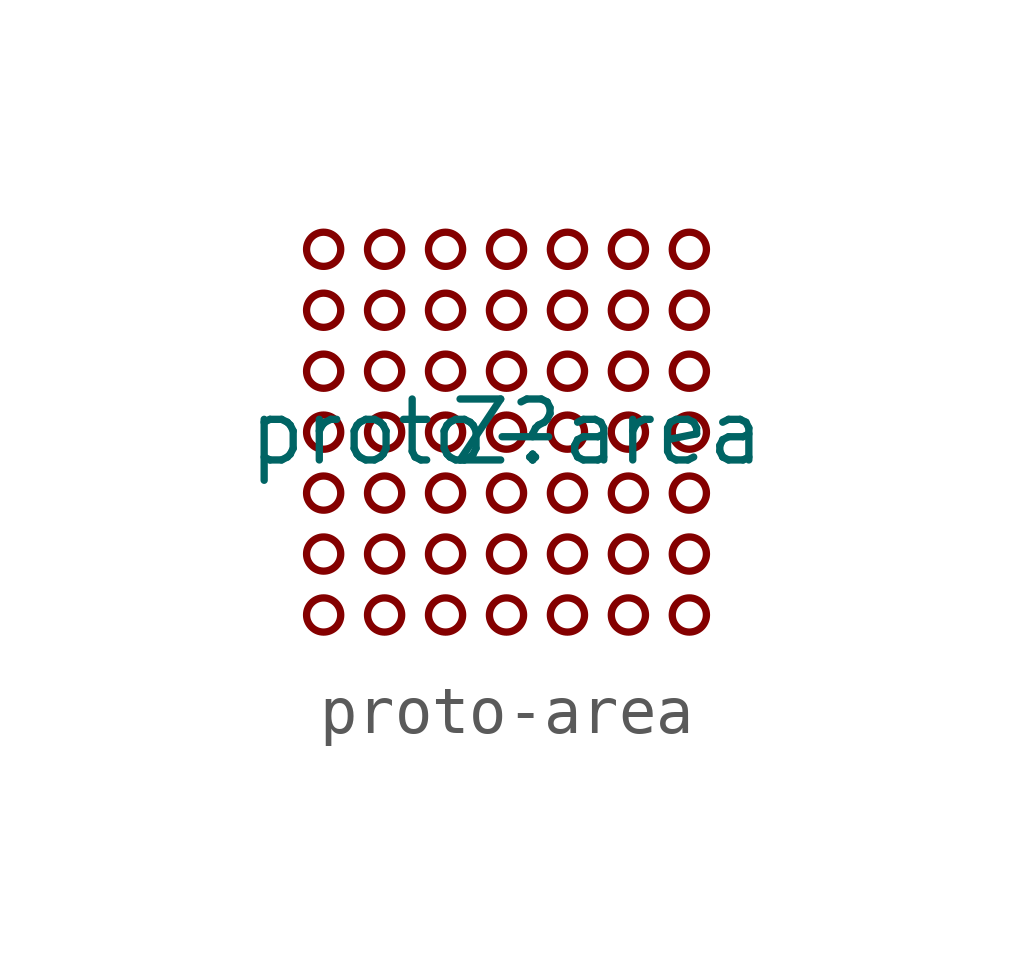
<source format=kicad_sym>
(kicad_symbol_lib
  (version 20211014)
  (generator kicad_symbol_editor)
  (symbol "proto-area"
    (pin_names
      (offset 1.016))
    (property "Reference" "Z"
      (at 0 0 0)
      (effects (font (size 1.27 1.27))))
    (property "Value" "proto-area"
      (at 0 0 0)
      (effects (font (size 1.27 1.27))))
    (symbol "proto-area_1_1"
      (circle (center -3.81 -3.81) (radius 0.356) (stroke (width 0) (type default) (color 0 0 0 0)) (fill (type none)))
      (circle (center -3.81 -2.54) (radius 0.356) (stroke (width 0) (type default) (color 0 0 0 0)) (fill (type none)))
      (circle (center -3.81 -1.27) (radius 0.356) (stroke (width 0) (type default) (color 0 0 0 0)) (fill (type none)))
      (circle (center -3.81 0) (radius 0.356) (stroke (width 0) (type default) (color 0 0 0 0)) (fill (type none)))
      (circle (center -3.81 1.27) (radius 0.356) (stroke (width 0) (type default) (color 0 0 0 0)) (fill (type none)))
      (circle (center -3.81 2.54) (radius 0.356) (stroke (width 0) (type default) (color 0 0 0 0)) (fill (type none)))
      (circle (center -3.81 3.81) (radius 0.356) (stroke (width 0) (type default) (color 0 0 0 0)) (fill (type none)))
      (circle (center -2.54 -3.81) (radius 0.356) (stroke (width 0) (type default) (color 0 0 0 0)) (fill (type none)))
      (circle (center -2.54 -2.54) (radius 0.356) (stroke (width 0) (type default) (color 0 0 0 0)) (fill (type none)))
      (circle (center -2.54 -1.27) (radius 0.356) (stroke (width 0) (type default) (color 0 0 0 0)) (fill (type none)))
      (circle (center -2.54 0) (radius 0.356) (stroke (width 0) (type default) (color 0 0 0 0)) (fill (type none)))
      (circle (center -2.54 1.27) (radius 0.356) (stroke (width 0) (type default) (color 0 0 0 0)) (fill (type none)))
      (circle (center -2.54 2.54) (radius 0.356) (stroke (width 0) (type default) (color 0 0 0 0)) (fill (type none)))
      (circle (center -2.54 3.81) (radius 0.356) (stroke (width 0) (type default) (color 0 0 0 0)) (fill (type none)))
      (circle (center -1.27 -3.81) (radius 0.356) (stroke (width 0) (type default) (color 0 0 0 0)) (fill (type none)))
      (circle (center -1.27 -2.54) (radius 0.356) (stroke (width 0) (type default) (color 0 0 0 0)) (fill (type none)))
      (circle (center -1.27 -1.27) (radius 0.356) (stroke (width 0) (type default) (color 0 0 0 0)) (fill (type none)))
      (circle (center -1.27 0) (radius 0.356) (stroke (width 0) (type default) (color 0 0 0 0)) (fill (type none)))
      (circle (center -1.27 1.27) (radius 0.356) (stroke (width 0) (type default) (color 0 0 0 0)) (fill (type none)))
      (circle (center -1.27 2.54) (radius 0.356) (stroke (width 0) (type default) (color 0 0 0 0)) (fill (type none)))
      (circle (center -1.27 3.81) (radius 0.356) (stroke (width 0) (type default) (color 0 0 0 0)) (fill (type none)))
      (circle (center 0 -3.81) (radius 0.356) (stroke (width 0) (type default) (color 0 0 0 0)) (fill (type none)))
      (circle (center 0 -2.54) (radius 0.356) (stroke (width 0) (type default) (color 0 0 0 0)) (fill (type none)))
      (circle (center 0 -1.27) (radius 0.356) (stroke (width 0) (type default) (color 0 0 0 0)) (fill (type none)))
      (circle (center 0 0) (radius 0.356) (stroke (width 0) (type default) (color 0 0 0 0)) (fill (type none)))
      (circle (center 0 1.27) (radius 0.356) (stroke (width 0) (type default) (color 0 0 0 0)) (fill (type none)))
      (circle (center 0 2.54) (radius 0.356) (stroke (width 0) (type default) (color 0 0 0 0)) (fill (type none)))
      (circle (center 0 3.81) (radius 0.356) (stroke (width 0) (type default) (color 0 0 0 0)) (fill (type none)))
      (circle (center 1.27 -3.81) (radius 0.356) (stroke (width 0) (type default) (color 0 0 0 0)) (fill (type none)))
      (circle (center 1.27 -2.54) (radius 0.356) (stroke (width 0) (type default) (color 0 0 0 0)) (fill (type none)))
      (circle (center 1.27 -1.27) (radius 0.356) (stroke (width 0) (type default) (color 0 0 0 0)) (fill (type none)))
      (circle (center 1.27 0) (radius 0.356) (stroke (width 0) (type default) (color 0 0 0 0)) (fill (type none)))
      (circle (center 1.27 1.27) (radius 0.356) (stroke (width 0) (type default) (color 0 0 0 0)) (fill (type none)))
      (circle (center 1.27 2.54) (radius 0.356) (stroke (width 0) (type default) (color 0 0 0 0)) (fill (type none)))
      (circle (center 1.27 3.81) (radius 0.356) (stroke (width 0) (type default) (color 0 0 0 0)) (fill (type none)))
      (circle (center 2.54 -3.81) (radius 0.356) (stroke (width 0) (type default) (color 0 0 0 0)) (fill (type none)))
      (circle (center 2.54 -2.54) (radius 0.356) (stroke (width 0) (type default) (color 0 0 0 0)) (fill (type none)))
      (circle (center 2.54 -1.27) (radius 0.356) (stroke (width 0) (type default) (color 0 0 0 0)) (fill (type none)))
      (circle (center 2.54 0) (radius 0.356) (stroke (width 0) (type default) (color 0 0 0 0)) (fill (type none)))
      (circle (center 2.54 1.27) (radius 0.356) (stroke (width 0) (type default) (color 0 0 0 0)) (fill (type none)))
      (circle (center 2.54 2.54) (radius 0.356) (stroke (width 0) (type default) (color 0 0 0 0)) (fill (type none)))
      (circle (center 2.54 3.81) (radius 0.356) (stroke (width 0) (type default) (color 0 0 0 0)) (fill (type none)))
      (circle (center 3.81 -3.81) (radius 0.356) (stroke (width 0) (type default) (color 0 0 0 0)) (fill (type none)))
      (circle (center 3.81 -2.54) (radius 0.356) (stroke (width 0) (type default) (color 0 0 0 0)) (fill (type none)))
      (circle (center 3.81 -1.27) (radius 0.356) (stroke (width 0) (type default) (color 0 0 0 0)) (fill (type none)))
      (circle (center 3.81 0) (radius 0.356) (stroke (width 0) (type default) (color 0 0 0 0)) (fill (type none)))
      (circle (center 3.81 1.27) (radius 0.356) (stroke (width 0) (type default) (color 0 0 0 0)) (fill (type none)))
      (circle (center 3.81 2.54) (radius 0.356) (stroke (width 0) (type default) (color 0 0 0 0)) (fill (type none)))
      (circle (center 3.81 3.81) (radius 0.356) (stroke (width 0) (type default) (color 0 0 0 0)) (fill (type none))))))
</source>
